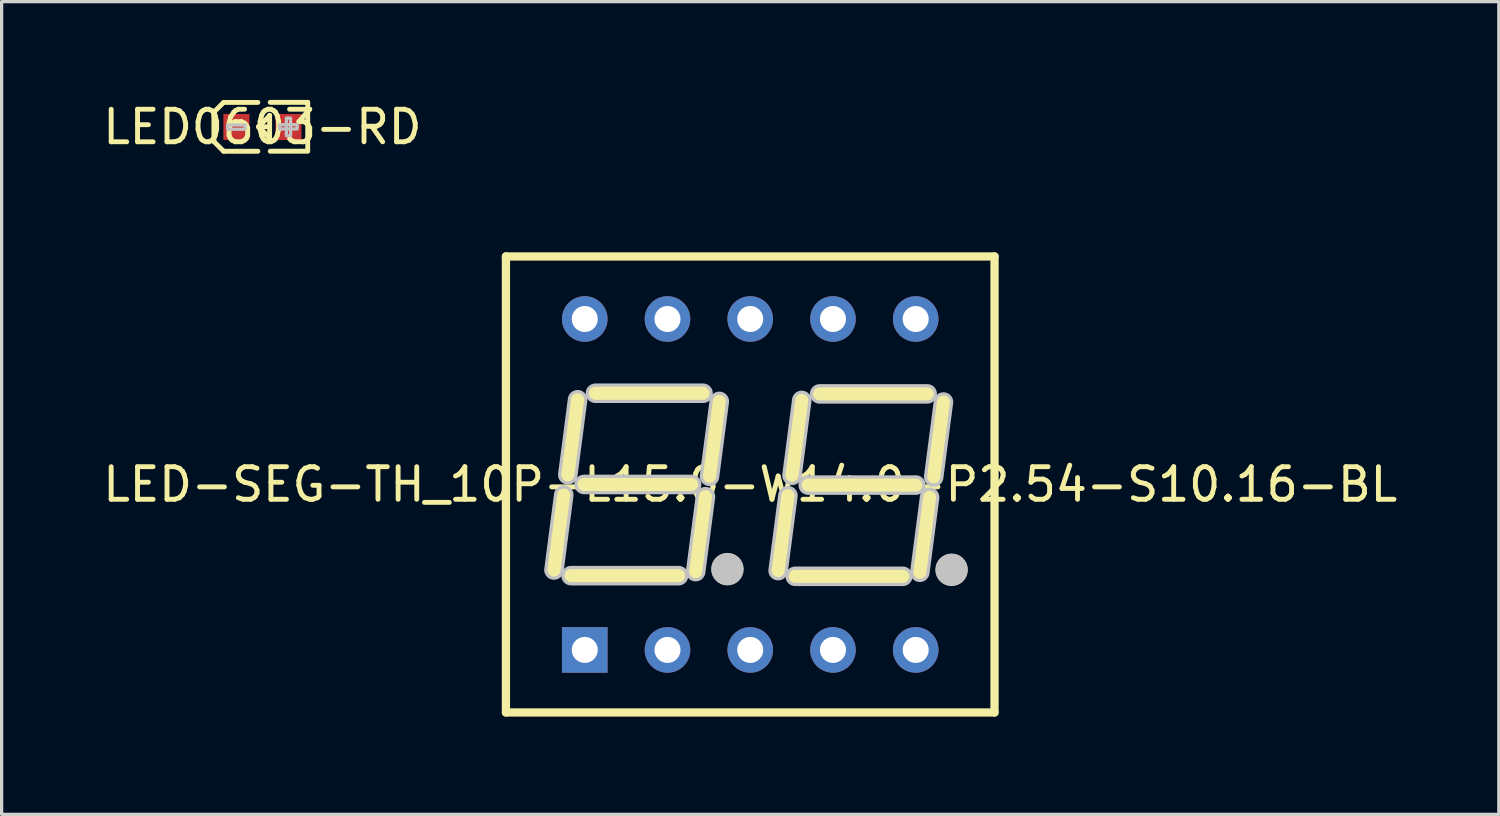
<source format=kicad_pcb>
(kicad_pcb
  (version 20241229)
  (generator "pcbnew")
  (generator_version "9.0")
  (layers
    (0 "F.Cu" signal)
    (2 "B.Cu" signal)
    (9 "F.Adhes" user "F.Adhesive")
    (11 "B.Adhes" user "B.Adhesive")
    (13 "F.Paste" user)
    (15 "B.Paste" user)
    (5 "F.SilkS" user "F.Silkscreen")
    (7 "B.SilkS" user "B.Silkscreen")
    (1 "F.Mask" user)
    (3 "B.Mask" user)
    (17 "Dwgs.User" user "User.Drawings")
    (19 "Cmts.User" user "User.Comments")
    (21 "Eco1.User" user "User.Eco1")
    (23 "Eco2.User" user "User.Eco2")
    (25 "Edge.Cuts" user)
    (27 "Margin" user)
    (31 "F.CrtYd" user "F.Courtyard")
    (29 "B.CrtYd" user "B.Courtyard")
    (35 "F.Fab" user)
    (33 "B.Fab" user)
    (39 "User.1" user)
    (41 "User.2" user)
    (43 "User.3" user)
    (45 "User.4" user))
  (footprint "LED0603-RD"
    (layer "F.Cu")
    (at 5.006 0.848)
    (property "Reference" "LED0603-RD" (at 0 0 0) (layer "F.SilkS") (effects (font (size 1 1) (thickness 0.15))))
    (fp_line (start -1.49 -0.455) (end -1.19 -0.754) (stroke (width 0.15) (type default)) (layer "F.SilkS"))
    (fp_line (start -1.49 -0.354) (end -1.49 -0.455) (stroke (width 0.15) (type default)) (layer "F.SilkS"))
    (fp_line (start -1.49 -0.354) (end -1.49 0.346) (stroke (width 0.15) (type default)) (layer "F.SilkS"))
    (fp_line (start -1.49 0.346) (end -1.49 0.446) (stroke (width 0.15) (type default)) (layer "F.SilkS"))
    (fp_line (start -1.49 0.446) (end -1.19 0.746) (stroke (width 0.15) (type default)) (layer "F.SilkS"))
    (fp_line (start -0.14 -0.754) (end -1.19 -0.754) (stroke (width 0.15) (type default)) (layer "F.SilkS"))
    (fp_line (start -0.14 0.746) (end -1.19 0.746) (stroke (width 0.15) (type default)) (layer "F.SilkS"))
    (fp_line (start 0.21 0.324) (end -0.119 -0.006) (stroke (width 0.15) (type default)) (layer "F.SilkS"))
    (fp_line (start 0.221 -0.356) (end 0.221 -0.346) (stroke (width 0.15) (type default)) (layer "F.SilkS"))
    (fp_line (start 0.221 -0.356) (end 0.221 0.324) (stroke (width 0.15) (type default)) (layer "F.SilkS"))
    (fp_line (start 0.221 -0.346) (end -0.119 -0.006) (stroke (width 0.15) (type default)) (layer "F.SilkS"))
    (fp_line (start 0.221 -0.006) (end -0.119 -0.006) (stroke (width 0.15) (type default)) (layer "F.SilkS"))
    (fp_line (start 0.221 0.324) (end 0.21 0.324) (stroke (width 0.15) (type default)) (layer "F.SilkS"))
    (fp_line (start 0.24 -0.756) (end 1.391 -0.756) (stroke (width 0.15) (type default)) (layer "F.SilkS"))
    (fp_line (start 0.24 0.744) (end 1.391 0.744) (stroke (width 0.15) (type default)) (layer "F.SilkS"))
    (fp_line (start 1.391 -0.756) (end 1.391 0.724) (stroke (width 0.15) (type default)) (layer "F.SilkS"))
    (fp_poly (pts (xy -1.07 -0.061) (xy -0.53 -0.061) (xy -0.53 0.069) (xy -1.07 0.069)) (stroke (width 0.1) (type default)) (fill no) (layer "Dwgs.User"))
    (fp_poly (pts (xy 0.529 -0.069) (xy 1.069 -0.069) (xy 1.069 0.061) (xy 0.529 0.061)) (stroke (width 0.1) (type default)) (fill no) (layer "Dwgs.User"))
    (fp_poly (pts (xy 0.735 0.267) (xy 0.735 -0.273) (xy 0.865 -0.273) (xy 0.865 0.267)) (stroke (width 0.1) (type default)) (fill no) (layer "Dwgs.User"))
    (fp_poly (pts (xy -0.799 0.404) (xy -0.799 -0.397) (xy -0.499 -0.397) (xy -0.499 0.404)) (stroke (width 0.1) (type default)) (fill no) (layer "User.1"))
    (fp_poly (pts (xy 0.5 0.397) (xy 0.5 -0.404) (xy 0.8 -0.404) (xy 0.8 0.397)) (stroke (width 0.1) (type default)) (fill no) (layer "User.1"))
    (fp_line (start -0.799 -0.4) (end 0.8 -0.4) (stroke (width 0.051) (type default)) (layer "User.2"))
    (fp_line (start -0.799 0.4) (end -0.799 -0.4) (stroke (width 0.051) (type default)) (layer "User.2"))
    (fp_line (start 0.8 -0.4) (end 0.8 0.4) (stroke (width 0.051) (type default)) (layer "User.2"))
    (fp_line (start 0.8 0.4) (end -0.799 0.4) (stroke (width 0.051) (type default)) (layer "User.2"))
    (fp_poly (pts (xy -0.74 0.404) (xy -0.757 0.361) (xy -0.799 0.344) (xy -0.842 0.361) (xy -0.86 0.404) (xy -0.842 0.446) (xy -0.799 0.464) (xy -0.757 0.446)) (stroke (width 0.1) (type default)) (fill no) (layer "User.3"))
    (pad "1" smd rect (at -0.799 0 90) (size 0.8 0.8) (layers "F.Cu" "F.Mask" "F.Paste"))
    (pad "2" smd rect (at 0.799 0 90) (size 0.8 0.8) (layers "F.Cu" "F.Mask" "F.Paste")))
  (footprint "LED-SEG-TH_10P-L15.0-W14.0-P2.54-S10.16-BL"
    (layer "F.Cu")
    (at 19.982 11.823)
    (property "Reference" "LED-SEG-TH_10P-L15.0-W14.0-P2.54-S10.16-BL" (at 0 0 0) (layer "F.SilkS") (effects (font (size 1 1) (thickness 0.15))))
    (fp_line (start -7.5 -7) (end 7.5 -7) (stroke (width 0.254) (type default)) (layer "F.SilkS"))
    (fp_line (start -7.5 7) (end -7.5 -7) (stroke (width 0.254) (type default)) (layer "F.SilkS"))
    (fp_line (start -5.725 0.325) (end -6.025 2.625) (stroke (width 0.5) (type default)) (layer "F.SilkS"))
    (fp_line (start -5.5 2.8) (end -2.2 2.8) (stroke (width 0.5) (type default)) (layer "F.SilkS"))
    (fp_line (start -5.3 -2.6) (end -5.6 -0.3) (stroke (width 0.5) (type default)) (layer "F.SilkS"))
    (fp_line (start -5.1 0) (end -1.8 0) (stroke (width 0.5) (type default)) (layer "F.SilkS"))
    (fp_line (start -4.75 -2.8) (end -1.45 -2.8) (stroke (width 0.5) (type default)) (layer "F.SilkS"))
    (fp_line (start -1.375 0.375) (end -1.675 2.675) (stroke (width 0.5) (type default)) (layer "F.SilkS"))
    (fp_line (start -0.95 -2.55) (end -1.25 -0.25) (stroke (width 0.5) (type default)) (layer "F.SilkS"))
    (fp_line (start 1.157 0.344) (end 0.857 2.644) (stroke (width 0.5) (type default)) (layer "F.SilkS"))
    (fp_line (start 1.382 2.82) (end 4.682 2.82) (stroke (width 0.5) (type default)) (layer "F.SilkS"))
    (fp_line (start 1.582 -2.58) (end 1.282 -0.281) (stroke (width 0.5) (type default)) (layer "F.SilkS"))
    (fp_line (start 1.782 0.019) (end 5.082 0.019) (stroke (width 0.5) (type default)) (layer "F.SilkS"))
    (fp_line (start 2.132 -2.78) (end 5.432 -2.78) (stroke (width 0.5) (type default)) (layer "F.SilkS"))
    (fp_line (start 5.507 0.395) (end 5.207 2.695) (stroke (width 0.5) (type default)) (layer "F.SilkS"))
    (fp_line (start 5.932 -2.53) (end 5.632 -0.231) (stroke (width 0.5) (type default)) (layer "F.SilkS"))
    (fp_line (start 7.5 -7) (end 7.5 7) (stroke (width 0.254) (type default)) (layer "F.SilkS"))
    (fp_line (start 7.5 7) (end -7.5 7) (stroke (width 0.254) (type default)) (layer "F.SilkS"))
    (fp_circle (center -0.7 2.6) (end -0.34 2.6) (stroke (width 0.254) (type default)) (fill no) (layer "F.SilkS"))
    (fp_circle (center 6.182 2.62) (end 6.543 2.62) (stroke (width 0.254) (type default)) (fill no) (layer "F.SilkS"))
    (fp_circle (center -0.7 2.6) (end -0.45 2.6) (stroke (width 0.5) (type default)) (fill no) (layer "Dwgs.User"))
    (fp_circle (center 6.182 2.62) (end 6.432 2.62) (stroke (width 0.5) (type default)) (fill no) (layer "Dwgs.User"))
    (fp_poly (pts (arc (start -5.973 0.2925) (mid -5.6925 0.077) (end -5.477 0.3575)) (arc (start -5.777 2.6575) (mid -6.0575 2.873) (end -6.273 2.5925))) (stroke (width 0.1) (type default)) (fill no) (layer "Dwgs.User"))
    (fp_poly (pts (arc (start -5.548 -2.6325) (mid -5.2675 -2.848) (end -5.052 -2.5675)) (arc (start -5.352 -0.2675) (mid -5.6325 -0.052) (end -5.848 -0.3325))) (stroke (width 0.1) (type default)) (fill no) (layer "Dwgs.User"))
    (fp_poly (pts (arc (start -5.5 3.05) (mid -5.75 2.8) (end -5.5 2.55)) (arc (start -2.2 2.55) (mid -1.95 2.8) (end -2.2 3.05))) (stroke (width 0.1) (type default)) (fill no) (layer "Dwgs.User"))
    (fp_poly (pts (arc (start -5.1 0.25) (mid -5.35 0) (end -5.1 -0.25)) (arc (start -1.8 -0.25) (mid -1.55 0) (end -1.8 0.25))) (stroke (width 0.1) (type default)) (fill no) (layer "Dwgs.User"))
    (fp_poly (pts (arc (start -4.75 -2.55) (mid -5 -2.8) (end -4.75 -3.05)) (arc (start -1.45 -3.05) (mid -1.2 -2.8) (end -1.45 -2.55))) (stroke (width 0.1) (type default)) (fill no) (layer "Dwgs.User"))
    (fp_poly (pts (arc (start -1.623 0.3425) (mid -1.3425 0.127) (end -1.127 0.4075)) (arc (start -1.427 2.7075) (mid -1.7075 2.923) (end -1.923 2.6425))) (stroke (width 0.1) (type default)) (fill no) (layer "Dwgs.User"))
    (fp_poly (pts (arc (start -1.198 -2.5825) (mid -0.9175 -2.798) (end -0.702 -2.5175)) (arc (start -1.002 -0.2175) (mid -1.2825 -0.002) (end -1.498 -0.2825))) (stroke (width 0.1) (type default)) (fill no) (layer "Dwgs.User"))
    (fp_poly (pts (arc (start 0.9095 0.3125) (mid 1.189214 0.097028) (end 1.405 0.377)) (arc (start 1.105 2.677) (mid 0.824714 2.892528) (end 0.6095 2.6125))) (stroke (width 0.1) (type default)) (fill no) (layer "Dwgs.User"))
    (fp_poly (pts (arc (start 1.3345 -2.6125) (mid 1.614214 -2.827972) (end 1.83 -2.548)) (arc (start 1.53 -0.248) (mid 1.249714 -0.032472) (end 1.0345 -0.3125))) (stroke (width 0.1) (type default)) (fill no) (layer "Dwgs.User"))
    (fp_poly (pts (arc (start 1.382 3.0695) (mid 1.132 2.8195) (end 1.382 2.5695)) (arc (start 4.682 2.5695) (mid 4.932 2.8195) (end 4.682 3.0695))) (stroke (width 0.1) (type default)) (fill no) (layer "Dwgs.User"))
    (fp_poly (pts (arc (start 1.782 0.2695) (mid 1.532 0.0195) (end 1.782 -0.2305)) (arc (start 5.082 -0.2305) (mid 5.332 0.0195) (end 5.082 0.2695))) (stroke (width 0.1) (type default)) (fill no) (layer "Dwgs.User"))
    (fp_poly (pts (arc (start 2.132 -2.5305) (mid 1.882 -2.7805) (end 2.132 -3.0305)) (arc (start 5.432 -3.0305) (mid 5.682 -2.7805) (end 5.432 -2.5305))) (stroke (width 0.1) (type default)) (fill no) (layer "Dwgs.User"))
    (fp_poly (pts (arc (start 5.2595 0.3625) (mid 5.539214 0.147028) (end 5.755 0.427)) (arc (start 5.455 2.727) (mid 5.174714 2.942528) (end 4.9595 2.6625))) (stroke (width 0.1) (type default)) (fill no) (layer "Dwgs.User"))
    (fp_poly (pts (arc (start 5.6845 -2.5625) (mid 5.964214 -2.777972) (end 6.18 -2.498)) (arc (start 5.88 -0.198) (mid 5.599714 0.017528) (end 5.3845 -0.2625))) (stroke (width 0.1) (type default)) (fill no) (layer "Dwgs.User"))
    (fp_poly (pts (xy -4.855 -5.08) (xy -4.872 -5.166) (xy -4.921 -5.239) (xy -4.994 -5.288) (xy -5.08 -5.305) (xy -5.166 -5.288) (xy -5.239 -5.239) (xy -5.288 -5.166) (xy -5.305 -5.08) (xy -5.288 -4.994) (xy -5.239 -4.921) (xy -5.166 -4.872) (xy -5.08 -4.855) (xy -4.994 -4.872) (xy -4.921 -4.921) (xy -4.872 -4.994)) (stroke (width 0.1) (type default)) (fill no) (layer "User.1"))
    (fp_poly (pts (xy -4.855 5.08) (xy -4.872 4.994) (xy -4.921 4.921) (xy -4.994 4.872) (xy -5.08 4.855) (xy -5.166 4.872) (xy -5.239 4.921) (xy -5.288 4.994) (xy -5.305 5.08) (xy -5.288 5.166) (xy -5.239 5.239) (xy -5.166 5.288) (xy -5.08 5.305) (xy -4.994 5.288) (xy -4.921 5.239) (xy -4.872 5.166)) (stroke (width 0.1) (type default)) (fill no) (layer "User.1"))
    (fp_poly (pts (xy -2.315 -5.08) (xy -2.332 -5.166) (xy -2.381 -5.239) (xy -2.454 -5.288) (xy -2.54 -5.305) (xy -2.626 -5.288) (xy -2.699 -5.239) (xy -2.748 -5.166) (xy -2.765 -5.08) (xy -2.748 -4.994) (xy -2.699 -4.921) (xy -2.626 -4.872) (xy -2.54 -4.855) (xy -2.454 -4.872) (xy -2.381 -4.921) (xy -2.332 -4.994)) (stroke (width 0.1) (type default)) (fill no) (layer "User.1"))
    (fp_poly (pts (xy -2.315 5.08) (xy -2.332 4.994) (xy -2.381 4.921) (xy -2.454 4.872) (xy -2.54 4.855) (xy -2.626 4.872) (xy -2.699 4.921) (xy -2.748 4.994) (xy -2.765 5.08) (xy -2.748 5.166) (xy -2.699 5.239) (xy -2.626 5.288) (xy -2.54 5.305) (xy -2.454 5.288) (xy -2.381 5.239) (xy -2.332 5.166)) (stroke (width 0.1) (type default)) (fill no) (layer "User.1"))
    (fp_poly (pts (xy 0.225 -5.08) (xy 0.208 -5.166) (xy 0.159 -5.239) (xy 0.086 -5.288) (xy 0 -5.305) (xy -0.086 -5.288) (xy -0.159 -5.239) (xy -0.208 -5.166) (xy -0.225 -5.08) (xy -0.208 -4.994) (xy -0.159 -4.921) (xy -0.086 -4.872) (xy 0 -4.855) (xy 0.086 -4.872) (xy 0.159 -4.921) (xy 0.208 -4.994)) (stroke (width 0.1) (type default)) (fill no) (layer "User.1"))
    (fp_poly (pts (xy 0.225 5.08) (xy 0.208 4.994) (xy 0.159 4.921) (xy 0.086 4.872) (xy 0 4.855) (xy -0.086 4.872) (xy -0.159 4.921) (xy -0.208 4.994) (xy -0.225 5.08) (xy -0.208 5.166) (xy -0.159 5.239) (xy -0.086 5.288) (xy 0 5.305) (xy 0.086 5.288) (xy 0.159 5.239) (xy 0.208 5.166)) (stroke (width 0.1) (type default)) (fill no) (layer "User.1"))
    (fp_poly (pts (xy 2.765 -5.08) (xy 2.748 -5.166) (xy 2.699 -5.239) (xy 2.626 -5.288) (xy 2.54 -5.305) (xy 2.454 -5.288) (xy 2.381 -5.239) (xy 2.332 -5.166) (xy 2.315 -5.08) (xy 2.332 -4.994) (xy 2.381 -4.921) (xy 2.454 -4.872) (xy 2.54 -4.855) (xy 2.626 -4.872) (xy 2.699 -4.921) (xy 2.748 -4.994)) (stroke (width 0.1) (type default)) (fill no) (layer "User.1"))
    (fp_poly (pts (xy 2.765 5.08) (xy 2.748 4.994) (xy 2.699 4.921) (xy 2.626 4.872) (xy 2.54 4.855) (xy 2.454 4.872) (xy 2.381 4.921) (xy 2.332 4.994) (xy 2.315 5.08) (xy 2.332 5.166) (xy 2.381 5.239) (xy 2.454 5.288) (xy 2.54 5.305) (xy 2.626 5.288) (xy 2.699 5.239) (xy 2.748 5.166)) (stroke (width 0.1) (type default)) (fill no) (layer "User.1"))
    (fp_poly (pts (xy 5.305 -5.08) (xy 5.288 -5.166) (xy 5.239 -5.239) (xy 5.166 -5.288) (xy 5.08 -5.305) (xy 4.994 -5.288) (xy 4.921 -5.239) (xy 4.872 -5.166) (xy 4.855 -5.08) (xy 4.872 -4.994) (xy 4.921 -4.921) (xy 4.994 -4.872) (xy 5.08 -4.855) (xy 5.166 -4.872) (xy 5.239 -4.921) (xy 5.288 -4.994)) (stroke (width 0.1) (type default)) (fill no) (layer "User.1"))
    (fp_poly (pts (xy 5.305 5.08) (xy 5.288 4.994) (xy 5.239 4.921) (xy 5.166 4.872) (xy 5.08 4.855) (xy 4.994 4.872) (xy 4.921 4.921) (xy 4.872 4.994) (xy 4.855 5.08) (xy 4.872 5.166) (xy 4.921 5.239) (xy 4.994 5.288) (xy 5.08 5.305) (xy 5.166 5.288) (xy 5.239 5.239) (xy 5.288 5.166)) (stroke (width 0.1) (type default)) (fill no) (layer "User.1"))
    (fp_line (start -7.5 -7) (end 7.5 -7) (stroke (width 0.051) (type default)) (layer "User.2"))
    (fp_line (start -7.5 7) (end -7.5 -7) (stroke (width 0.051) (type default)) (layer "User.2"))
    (fp_line (start 7.5 -7) (end 7.5 7) (stroke (width 0.051) (type default)) (layer "User.2"))
    (fp_line (start 7.5 7) (end -7.5 7) (stroke (width 0.051) (type default)) (layer "User.2"))
    (fp_poly (pts (xy -7.44 7) (xy -7.458 6.958) (xy -7.5 6.94) (xy -7.542 6.958) (xy -7.56 7) (xy -7.542 7.042) (xy -7.5 7.06) (xy -7.458 7.042)) (stroke (width 0.1) (type default)) (fill no) (layer "User.3"))
    (pad "1" thru_hole rect (at -5.08 5.08) (size 1.4 1.4) (drill 0.8) (layers "*.Cu" "*.Mask"))
    (pad "2" thru_hole circle (at -2.54 5.08) (size 1.4 1.4) (drill 0.8) (layers "*.Cu" "*.Mask"))
    (pad "3" thru_hole circle (at 0 5.08) (size 1.4 1.4) (drill 0.8) (layers "*.Cu" "*.Mask"))
    (pad "4" thru_hole circle (at 2.54 5.08) (size 1.4 1.4) (drill 0.8) (layers "*.Cu" "*.Mask"))
    (pad "5" thru_hole circle (at 5.08 5.08) (size 1.4 1.4) (drill 0.8) (layers "*.Cu" "*.Mask"))
    (pad "6" thru_hole circle (at 5.08 -5.08) (size 1.4 1.4) (drill 0.8) (layers "*.Cu" "*.Mask"))
    (pad "7" thru_hole circle (at 2.54 -5.08) (size 1.4 1.4) (drill 0.8) (layers "*.Cu" "*.Mask"))
    (pad "8" thru_hole circle (at 0 -5.08) (size 1.4 1.4) (drill 0.8) (layers "*.Cu" "*.Mask"))
    (pad "9" thru_hole circle (at -2.54 -5.08) (size 1.4 1.4) (drill 0.8) (layers "*.Cu" "*.Mask"))
    (pad "10" thru_hole circle (at -5.08 -5.08) (size 1.4 1.4) (drill 0.8) (layers "*.Cu" "*.Mask")))
  (gr_rect
    (start -3 -3)
    (end 42.964 21.951)
    (stroke (width 0.1) (type default))
    (fill no)
    (layer "Edge.Cuts")))
</source>
